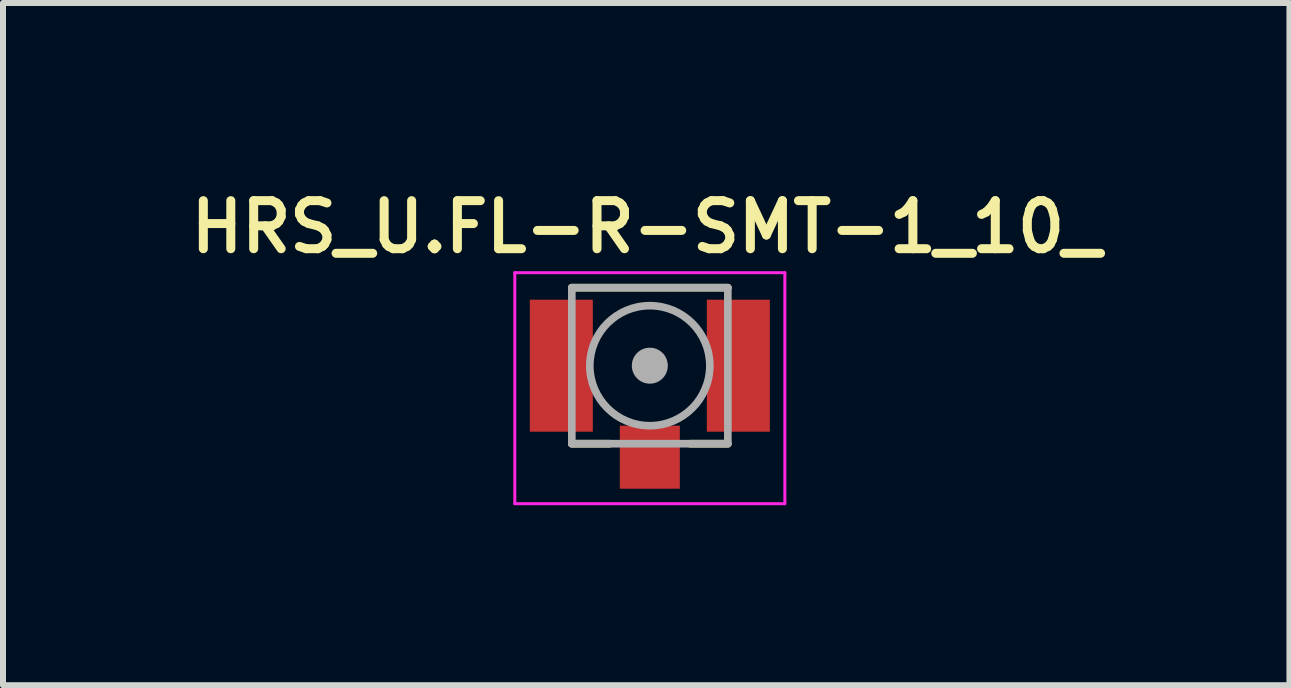
<source format=kicad_pcb>
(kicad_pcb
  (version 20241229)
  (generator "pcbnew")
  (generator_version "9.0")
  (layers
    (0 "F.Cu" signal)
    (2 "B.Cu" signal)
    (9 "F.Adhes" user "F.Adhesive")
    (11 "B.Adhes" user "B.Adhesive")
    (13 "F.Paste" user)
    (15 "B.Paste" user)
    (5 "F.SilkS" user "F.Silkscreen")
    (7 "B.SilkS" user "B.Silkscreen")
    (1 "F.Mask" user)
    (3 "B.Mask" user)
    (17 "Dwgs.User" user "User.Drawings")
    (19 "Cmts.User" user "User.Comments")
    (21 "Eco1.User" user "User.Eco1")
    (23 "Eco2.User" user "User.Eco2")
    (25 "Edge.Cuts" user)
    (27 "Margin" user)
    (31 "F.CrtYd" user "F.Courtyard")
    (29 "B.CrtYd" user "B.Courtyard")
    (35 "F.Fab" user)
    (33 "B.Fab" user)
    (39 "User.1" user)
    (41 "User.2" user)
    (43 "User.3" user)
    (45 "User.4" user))
  (footprint "HRS_U.FL-R-SMT-1_10_"
    (layer "F.Cu")
    (at 7.779 3.044)
    (property "Reference" "HRS_U.FL-R-SMT-1_10_" (at -0.06 -2.312 0) (layer "F.SilkS") (effects (font (size 0.801 0.801) (thickness 0.15))))
    (attr smd)
    (fp_line (start -1.3 -1.3) (end 1.3 -1.3) (stroke (width 0.127) (type solid)) (layer "F.SilkS"))
    (fp_line (start -1.3 1.3) (end -0.67 1.3) (stroke (width 0.127) (type solid)) (layer "F.SilkS"))
    (fp_line (start 1.3 1.3) (end 0.67 1.3) (stroke (width 0.127) (type solid)) (layer "F.SilkS"))
    (fp_line (start -2.25 -1.55) (end 2.25 -1.55) (stroke (width 0.05) (type solid)) (layer "F.CrtYd"))
    (fp_line (start -2.25 2.3) (end -2.25 -1.55) (stroke (width 0.05) (type solid)) (layer "F.CrtYd"))
    (fp_line (start 2.25 -1.55) (end 2.25 2.3) (stroke (width 0.05) (type solid)) (layer "F.CrtYd"))
    (fp_line (start 2.25 2.3) (end -2.25 2.3) (stroke (width 0.05) (type solid)) (layer "F.CrtYd"))
    (fp_line (start -1.3 -1.3) (end 1.3 -1.3) (stroke (width 0.127) (type solid)) (layer "F.Fab"))
    (fp_line (start -1.3 1.3) (end -1.3 -1.3) (stroke (width 0.127) (type solid)) (layer "F.Fab"))
    (fp_line (start 1.3 -1.3) (end 1.3 1.3) (stroke (width 0.127) (type solid)) (layer "F.Fab"))
    (fp_line (start 1.3 1.3) (end -1.3 1.3) (stroke (width 0.127) (type solid)) (layer "F.Fab"))
    (fp_circle (center 0 0) (end 0.3 0) (stroke (width 0) (type solid)) (fill yes) (layer "F.Fab"))
    (fp_circle (center 0 0) (end 1 0) (stroke (width 0.127) (type solid)) (fill no) (layer "F.Fab"))
    (pad "1" smd rect (at -1.475 0) (size 1.05 2.2) (layers "F.Cu" "F.Mask" "F.Paste"))
    (pad "2" smd rect (at 0 1.525) (size 1 1.05) (layers "F.Cu" "F.Mask" "F.Paste"))
    (pad "3" smd rect (at 1.475 0) (size 1.05 2.2) (layers "F.Cu" "F.Mask" "F.Paste"))
    (zone (net_name "") (layer "F.Cu") (hatch full 0.508) (connect_pads) (min_thickness 0.01) (filled_areas_thickness no) (keepout (tracks not_allowed) (vias not_allowed) (pads not_allowed) (copperpour not_allowed) (footprints allowed)) (placement (enabled no)) (fill) (polygon (pts (xy 6.829 1.944) (xy 8.729 1.944) (xy 8.729 4.044) (xy 6.829 4.044)))))
  (gr_rect
    (start -3 -3)
    (end 18.438 8.369)
    (stroke (width 0.1) (type default))
    (fill no)
    (layer "Edge.Cuts")))
</source>
